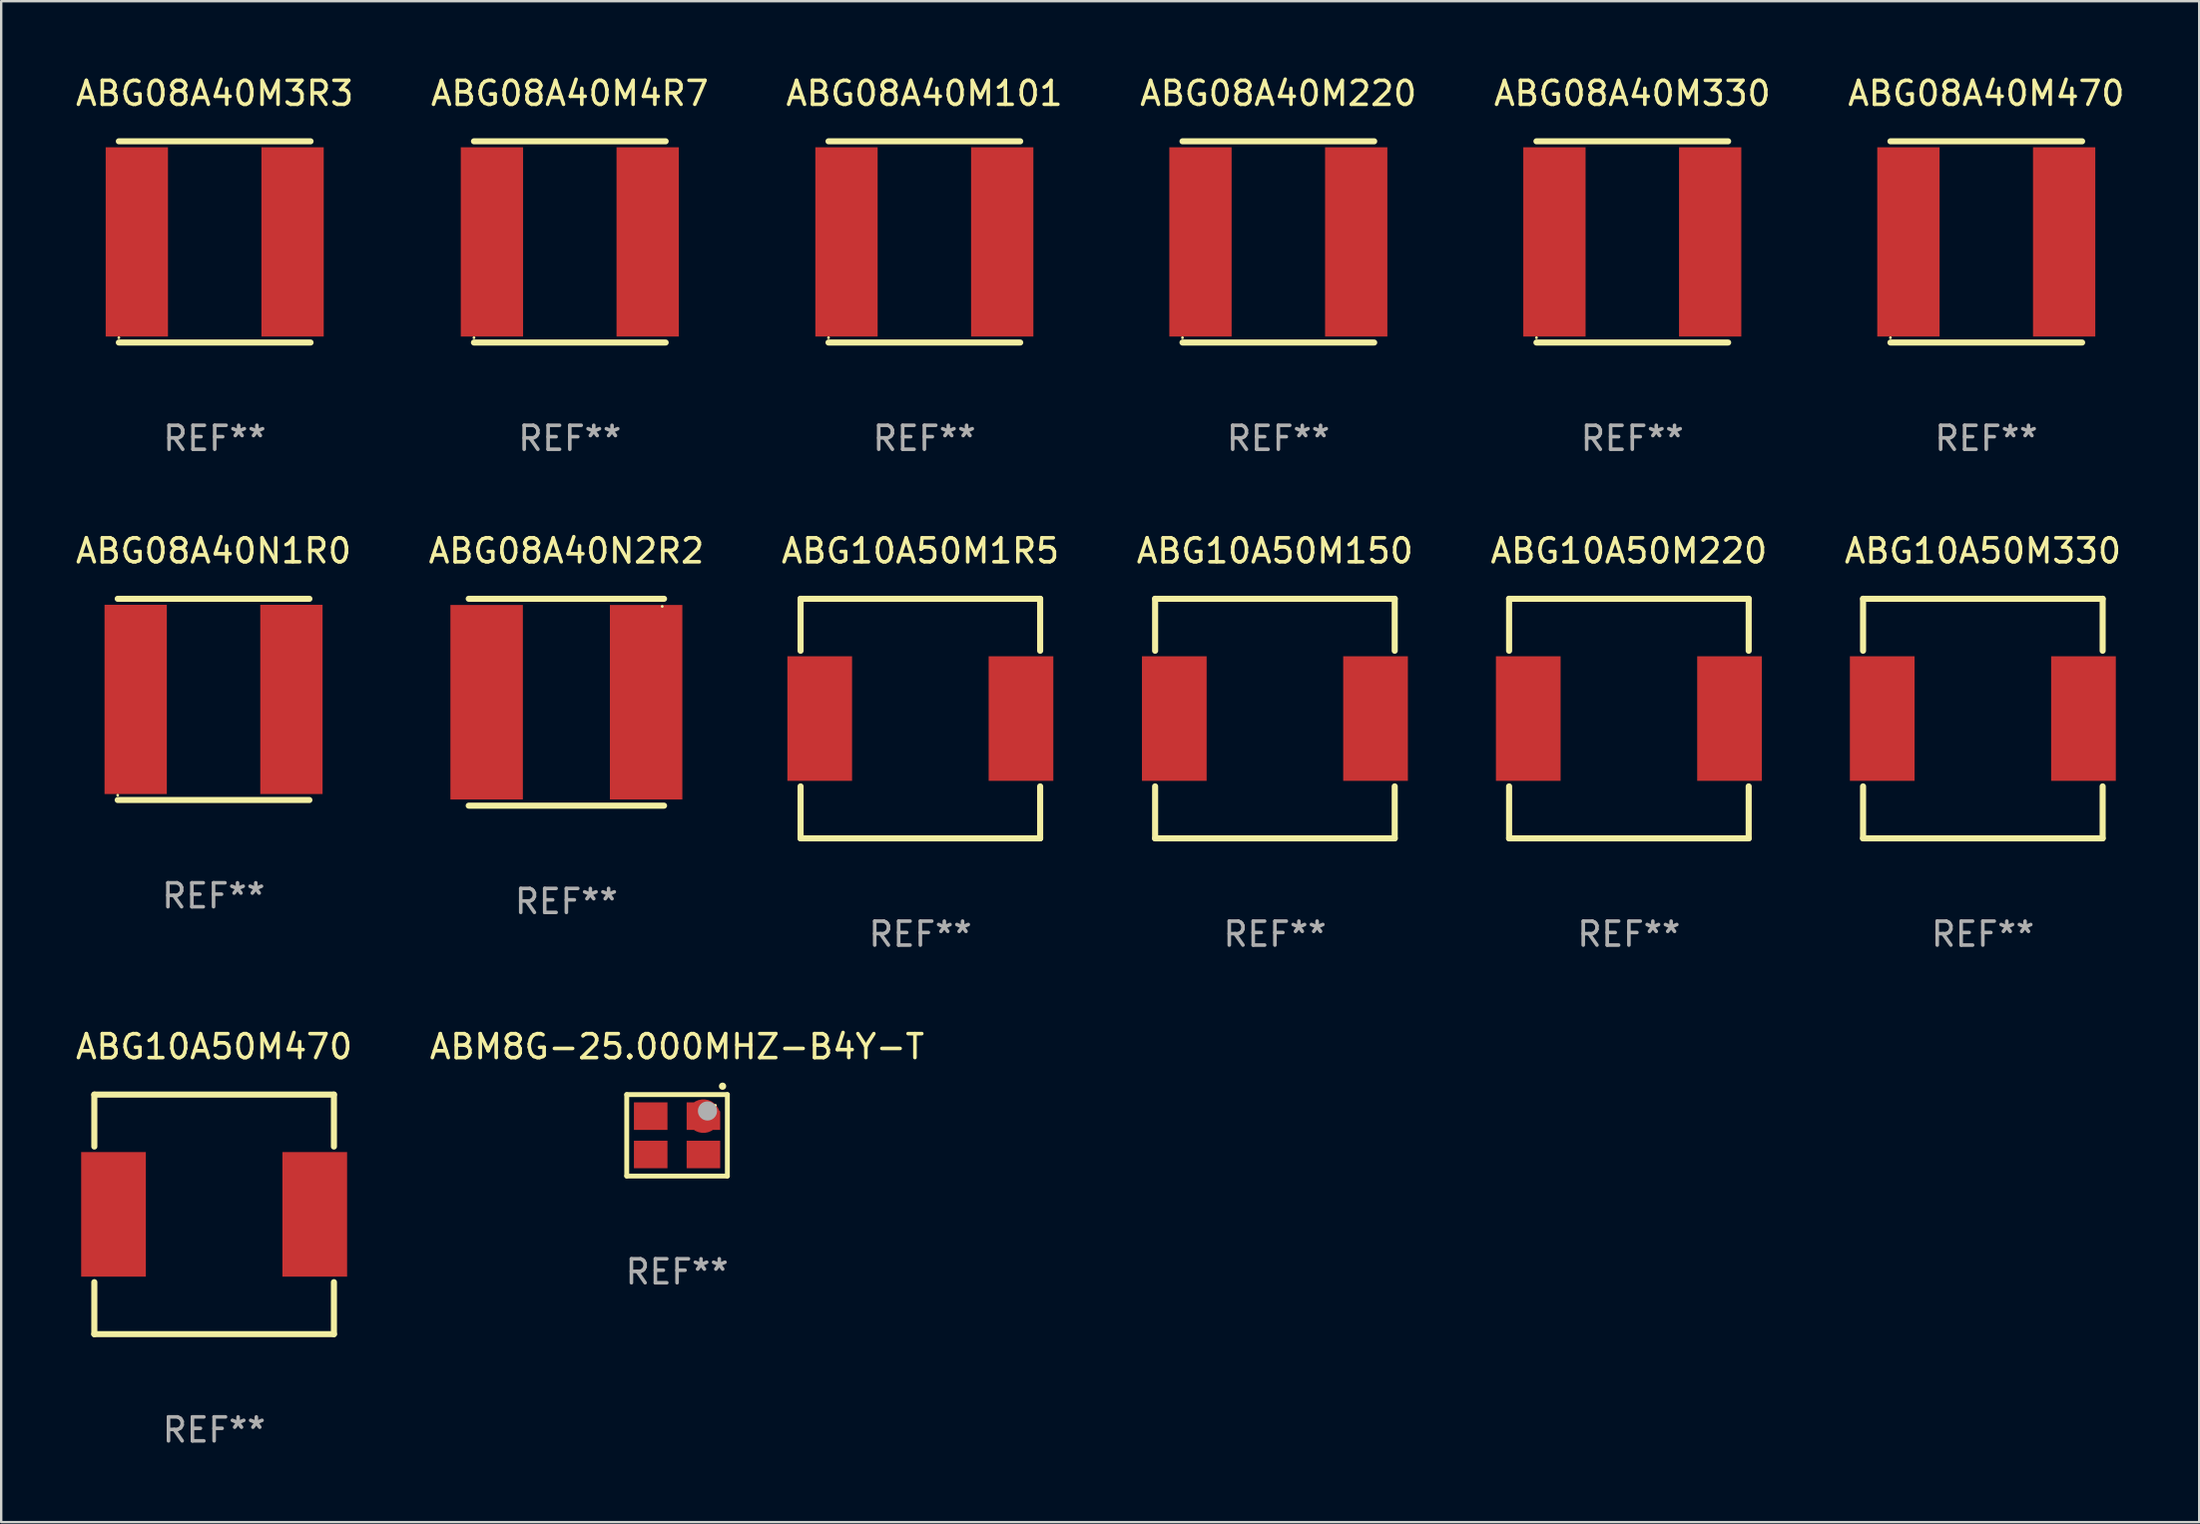
<source format=kicad_pcb>
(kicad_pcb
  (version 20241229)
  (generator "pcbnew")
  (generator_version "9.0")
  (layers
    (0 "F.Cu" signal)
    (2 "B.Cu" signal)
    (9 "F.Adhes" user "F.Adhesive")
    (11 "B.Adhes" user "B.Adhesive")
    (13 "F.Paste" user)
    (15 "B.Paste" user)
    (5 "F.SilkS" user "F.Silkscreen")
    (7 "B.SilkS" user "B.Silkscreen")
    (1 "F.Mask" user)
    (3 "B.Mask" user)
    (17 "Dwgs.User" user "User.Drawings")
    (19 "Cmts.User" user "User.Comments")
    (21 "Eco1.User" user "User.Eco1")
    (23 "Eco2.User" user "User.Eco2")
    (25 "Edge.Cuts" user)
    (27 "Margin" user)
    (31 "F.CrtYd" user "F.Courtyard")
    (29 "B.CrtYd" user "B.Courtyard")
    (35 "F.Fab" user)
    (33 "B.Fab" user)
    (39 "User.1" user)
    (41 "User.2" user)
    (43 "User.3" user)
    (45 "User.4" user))
  (footprint "ABG10A50M220"
    (layer "F.Cu")
    (at 64.935 26.945)
    (property "Reference" "ABG10A50M220" (at 0 -7 0) (layer "F.SilkS") (effects (font (size 1 1) (thickness 0.15))))
    (attr through_hole)
    (fp_line (start -5 -5) (end -5 -2.831) (stroke (width 0.254) (type solid)) (layer "F.SilkS"))
    (fp_line (start -5 -5) (end 5 -5) (stroke (width 0.254) (type solid)) (layer "F.SilkS"))
    (fp_line (start -5 2.831) (end -5 5) (stroke (width 0.254) (type solid)) (layer "F.SilkS"))
    (fp_line (start -5 5) (end 5 5) (stroke (width 0.254) (type solid)) (layer "F.SilkS"))
    (fp_line (start 5 -5) (end 5 -2.831) (stroke (width 0.254) (type solid)) (layer "F.SilkS"))
    (fp_line (start 5 2.831) (end 5 5) (stroke (width 0.254) (type solid)) (layer "F.SilkS"))
    (fp_circle (center -5 5) (end -4.97 5) (stroke (width 0.06) (type solid)) (fill no) (layer "F.SilkS"))
    (fp_text user "REF**" (at 0 9 0) (layer "F.Fab") (effects (font (size 1 1) (thickness 0.15))))
    (pad "1" smd rect (at -4.2 0) (size 2.7 5.2) (layers "F.Cu" "F.Mask" "F.Paste"))
    (pad "2" smd rect (at 4.2 0) (size 2.7 5.2) (layers "F.Cu" "F.Mask" "F.Paste")))
  (footprint "ABG08A40M3R3"
    (layer "F.Cu")
    (at 5.911 7.048)
    (property "Reference" "ABG08A40M3R3" (at 0 -6.2 0) (layer "F.SilkS") (effects (font (size 1 1) (thickness 0.15))))
    (attr through_hole)
    (fp_line (start -4 -4.2) (end 4 -4.2) (stroke (width 0.254) (type solid)) (layer "F.SilkS"))
    (fp_line (start -4 4.2) (end 4 4.2) (stroke (width 0.254) (type solid)) (layer "F.SilkS"))
    (fp_circle (center -4 4) (end -3.97 4) (stroke (width 0.06) (type solid)) (fill no) (layer "F.SilkS"))
    (fp_text user "REF**" (at 0 8.2 0) (layer "F.Fab") (effects (font (size 1 1) (thickness 0.15))))
    (pad "1" smd rect (at -3.25 0) (size 2.6 7.9) (layers "F.Cu" "F.Mask" "F.Paste"))
    (pad "2" smd rect (at 3.25 0) (size 2.6 7.9) (layers "F.Cu" "F.Mask" "F.Paste")))
  (footprint "ABG10A50M1R5"
    (layer "F.Cu")
    (at 35.363 26.945)
    (property "Reference" "ABG10A50M1R5" (at 0 -7 0) (layer "F.SilkS") (effects (font (size 1 1) (thickness 0.15))))
    (attr through_hole)
    (fp_line (start -5 -5) (end -5 -2.831) (stroke (width 0.254) (type solid)) (layer "F.SilkS"))
    (fp_line (start -5 -5) (end 5 -5) (stroke (width 0.254) (type solid)) (layer "F.SilkS"))
    (fp_line (start -5 2.831) (end -5 5) (stroke (width 0.254) (type solid)) (layer "F.SilkS"))
    (fp_line (start -5 5) (end 5 5) (stroke (width 0.254) (type solid)) (layer "F.SilkS"))
    (fp_line (start 5 -5) (end 5 -2.831) (stroke (width 0.254) (type solid)) (layer "F.SilkS"))
    (fp_line (start 5 2.831) (end 5 5) (stroke (width 0.254) (type solid)) (layer "F.SilkS"))
    (fp_circle (center -5 5) (end -4.97 5) (stroke (width 0.06) (type solid)) (fill no) (layer "F.SilkS"))
    (fp_text user "REF**" (at 0 9 0) (layer "F.Fab") (effects (font (size 1 1) (thickness 0.15))))
    (pad "1" smd rect (at -4.2 0) (size 2.7 5.2) (layers "F.Cu" "F.Mask" "F.Paste"))
    (pad "2" smd rect (at 4.2 0) (size 2.7 5.2) (layers "F.Cu" "F.Mask" "F.Paste")))
  (footprint "ABG08A40M220"
    (layer "F.Cu")
    (at 50.304 7.048)
    (property "Reference" "ABG08A40M220" (at 0 -6.2 0) (layer "F.SilkS") (effects (font (size 1 1) (thickness 0.15))))
    (attr through_hole)
    (fp_line (start -4 -4.2) (end 4 -4.2) (stroke (width 0.254) (type solid)) (layer "F.SilkS"))
    (fp_line (start -4 4.2) (end 4 4.2) (stroke (width 0.254) (type solid)) (layer "F.SilkS"))
    (fp_circle (center -4 4) (end -3.97 4) (stroke (width 0.06) (type solid)) (fill no) (layer "F.SilkS"))
    (fp_text user "REF**" (at 0 8.2 0) (layer "F.Fab") (effects (font (size 1 1) (thickness 0.15))))
    (pad "1" smd rect (at -3.25 0) (size 2.6 7.9) (layers "F.Cu" "F.Mask" "F.Paste"))
    (pad "2" smd rect (at 3.25 0) (size 2.6 7.9) (layers "F.Cu" "F.Mask" "F.Paste")))
  (footprint "ABG10A50M470"
    (layer "F.Cu")
    (at 5.887 47.641)
    (property "Reference" "ABG10A50M470" (at 0 -7 0) (layer "F.SilkS") (effects (font (size 1 1) (thickness 0.15))))
    (attr through_hole)
    (fp_line (start -5 -5) (end -5 -2.831) (stroke (width 0.254) (type solid)) (layer "F.SilkS"))
    (fp_line (start -5 -5) (end 5 -5) (stroke (width 0.254) (type solid)) (layer "F.SilkS"))
    (fp_line (start -5 2.831) (end -5 5) (stroke (width 0.254) (type solid)) (layer "F.SilkS"))
    (fp_line (start -5 5) (end 5 5) (stroke (width 0.254) (type solid)) (layer "F.SilkS"))
    (fp_line (start 5 -5) (end 5 -2.831) (stroke (width 0.254) (type solid)) (layer "F.SilkS"))
    (fp_line (start 5 2.831) (end 5 5) (stroke (width 0.254) (type solid)) (layer "F.SilkS"))
    (fp_circle (center -5 5) (end -4.97 5) (stroke (width 0.06) (type solid)) (fill no) (layer "F.SilkS"))
    (fp_text user "REF**" (at 0 9 0) (layer "F.Fab") (effects (font (size 1 1) (thickness 0.15))))
    (pad "1" smd rect (at -4.2 0) (size 2.7 5.2) (layers "F.Cu" "F.Mask" "F.Paste"))
    (pad "2" smd rect (at 4.2 0) (size 2.7 5.2) (layers "F.Cu" "F.Mask" "F.Paste")))
  (footprint "ABG08A40M4R7"
    (layer "F.Cu")
    (at 20.732 7.048)
    (property "Reference" "ABG08A40M4R7" (at 0 -6.2 0) (layer "F.SilkS") (effects (font (size 1 1) (thickness 0.15))))
    (attr through_hole)
    (fp_line (start -4 -4.2) (end 4 -4.2) (stroke (width 0.254) (type solid)) (layer "F.SilkS"))
    (fp_line (start -4 4.2) (end 4 4.2) (stroke (width 0.254) (type solid)) (layer "F.SilkS"))
    (fp_circle (center -4 4) (end -3.97 4) (stroke (width 0.06) (type solid)) (fill no) (layer "F.SilkS"))
    (fp_text user "REF**" (at 0 8.2 0) (layer "F.Fab") (effects (font (size 1 1) (thickness 0.15))))
    (pad "1" smd rect (at -3.25 0) (size 2.6 7.9) (layers "F.Cu" "F.Mask" "F.Paste"))
    (pad "2" smd rect (at 3.25 0) (size 2.6 7.9) (layers "F.Cu" "F.Mask" "F.Paste")))
  (footprint "ABG08A40N2R2"
    (layer "F.Cu")
    (at 20.589 26.263)
    (property "Reference" "ABG08A40N2R2" (at 0 -6.318 0) (layer "F.SilkS") (effects (font (size 1 1) (thickness 0.15))))
    (attr through_hole)
    (fp_line (start -4.076 -4.318) (end 4.076 -4.318) (stroke (width 0.254) (type solid)) (layer "F.SilkS"))
    (fp_line (start -4.076 4.318) (end 4.076 4.318) (stroke (width 0.254) (type solid)) (layer "F.SilkS"))
    (fp_circle (center 4 -4) (end 4.03 -4) (stroke (width 0.06) (type solid)) (fill no) (layer "F.SilkS"))
    (fp_text user "REF**" (at 0 8.318 0) (layer "F.Fab") (effects (font (size 1 1) (thickness 0.15))))
    (pad "1" smd rect (at 3.328 0) (size 3.024 8.12) (layers "F.Cu" "F.Mask" "F.Paste"))
    (pad "2" smd rect (at -3.328 0) (size 3.024 8.12) (layers "F.Cu" "F.Mask" "F.Paste")))
  (footprint "ABG08A40N1R0"
    (layer "F.Cu")
    (at 5.863 26.145)
    (property "Reference" "ABG08A40N1R0" (at 0 -6.2 0) (layer "F.SilkS") (effects (font (size 1 1) (thickness 0.15))))
    (attr through_hole)
    (fp_line (start -4 -4.2) (end 4 -4.2) (stroke (width 0.254) (type solid)) (layer "F.SilkS"))
    (fp_line (start -4 4.2) (end 4 4.2) (stroke (width 0.254) (type solid)) (layer "F.SilkS"))
    (fp_circle (center -4 4) (end -3.97 4) (stroke (width 0.06) (type solid)) (fill no) (layer "F.SilkS"))
    (fp_text user "REF**" (at 0 8.2 0) (layer "F.Fab") (effects (font (size 1 1) (thickness 0.15))))
    (pad "1" smd rect (at -3.25 0) (size 2.6 7.9) (layers "F.Cu" "F.Mask" "F.Paste"))
    (pad "2" smd rect (at 3.25 0) (size 2.6 7.9) (layers "F.Cu" "F.Mask" "F.Paste")))
  (footprint "ABG08A40M470"
    (layer "F.Cu")
    (at 79.851 7.048)
    (property "Reference" "ABG08A40M470" (at 0 -6.2 0) (layer "F.SilkS") (effects (font (size 1 1) (thickness 0.15))))
    (attr through_hole)
    (fp_line (start -4 -4.2) (end 4 -4.2) (stroke (width 0.254) (type solid)) (layer "F.SilkS"))
    (fp_line (start -4 4.2) (end 4 4.2) (stroke (width 0.254) (type solid)) (layer "F.SilkS"))
    (fp_circle (center -4 4) (end -3.97 4) (stroke (width 0.06) (type solid)) (fill no) (layer "F.SilkS"))
    (fp_text user "REF**" (at 0 8.2 0) (layer "F.Fab") (effects (font (size 1 1) (thickness 0.15))))
    (pad "1" smd rect (at -3.25 0) (size 2.6 7.9) (layers "F.Cu" "F.Mask" "F.Paste"))
    (pad "2" smd rect (at 3.25 0) (size 2.6 7.9) (layers "F.Cu" "F.Mask" "F.Paste")))
  (footprint "ABM8G-25.000MHZ-B4Y-T"
    (layer "F.Cu")
    (at 25.208 44.341)
    (property "Reference" "ABM8G-25.000MHZ-B4Y-T" (at 0 -3.7 0) (layer "F.SilkS") (effects (font (size 1 1) (thickness 0.15))))
    (attr through_hole)
    (fp_line (start -2.1 -1.7) (end -2.1 1.7) (stroke (width 0.203) (type solid)) (layer "F.SilkS"))
    (fp_line (start -2.1 1.7) (end 2.1 1.7) (stroke (width 0.203) (type solid)) (layer "F.SilkS"))
    (fp_line (start 2.1 -1.7) (end -2.1 -1.7) (stroke (width 0.203) (type solid)) (layer "F.SilkS"))
    (fp_line (start 2.1 1.7) (end 2.1 -1.7) (stroke (width 0.203) (type solid)) (layer "F.SilkS"))
    (fp_arc (start 1.897384 -2.049784) (mid 1.898654 -2.049789) (end 1.899924 -2.049784) (stroke (width 0.3) (type solid)) (layer "F.SilkS"))
    (fp_circle (center 1.6 -1.25) (end 1.63 -1.25) (stroke (width 0.06) (type solid)) (fill no) (layer "F.SilkS"))
    (fp_circle (center 1.27 -1.016) (end 1.47 -1.016) (stroke (width 0.4) (type solid)) (fill no) (layer "F.Fab"))
    (fp_text user "REF**" (at 0 5.7 0) (layer "F.Fab") (effects (font (size 1 1) (thickness 0.15))))
    (pad "1" smd custom (at 1.1 -0.8 180) (size 1.4 1.15) (layers "F.Cu" "F.Mask" "F.Paste") (options (anchor circle)) (primitives (gr_poly (pts (xy 0.7 0.575) (xy -0.338 0.575) (xy -0.7 0.196) (xy -0.7 -0.575) (xy 0.7 -0.575)) (width 0) (fill yes))))
    (pad "2" smd rect (at -1.1 -0.8 180) (size 1.4 1.15) (layers "F.Cu" "F.Mask" "F.Paste"))
    (pad "3" smd rect (at -1.1 0.8 180) (size 1.4 1.15) (layers "F.Cu" "F.Mask" "F.Paste"))
    (pad "4" smd rect (at 1.1 0.8 180) (size 1.4 1.15) (layers "F.Cu" "F.Mask" "F.Paste")))
  (footprint "ABG10A50M150"
    (layer "F.Cu")
    (at 50.161 26.945)
    (property "Reference" "ABG10A50M150" (at 0 -7 0) (layer "F.SilkS") (effects (font (size 1 1) (thickness 0.15))))
    (attr through_hole)
    (fp_line (start -5 -5) (end -5 -2.831) (stroke (width 0.254) (type solid)) (layer "F.SilkS"))
    (fp_line (start -5 -5) (end 5 -5) (stroke (width 0.254) (type solid)) (layer "F.SilkS"))
    (fp_line (start -5 2.831) (end -5 5) (stroke (width 0.254) (type solid)) (layer "F.SilkS"))
    (fp_line (start -5 5) (end 5 5) (stroke (width 0.254) (type solid)) (layer "F.SilkS"))
    (fp_line (start 5 -5) (end 5 -2.831) (stroke (width 0.254) (type solid)) (layer "F.SilkS"))
    (fp_line (start 5 2.831) (end 5 5) (stroke (width 0.254) (type solid)) (layer "F.SilkS"))
    (fp_circle (center -5 5) (end -4.97 5) (stroke (width 0.06) (type solid)) (fill no) (layer "F.SilkS"))
    (fp_text user "REF**" (at 0 9 0) (layer "F.Fab") (effects (font (size 1 1) (thickness 0.15))))
    (pad "1" smd rect (at -4.2 0) (size 2.7 5.2) (layers "F.Cu" "F.Mask" "F.Paste"))
    (pad "2" smd rect (at 4.2 0) (size 2.7 5.2) (layers "F.Cu" "F.Mask" "F.Paste")))
  (footprint "ABG10A50M330"
    (layer "F.Cu")
    (at 79.708 26.945)
    (property "Reference" "ABG10A50M330" (at 0 -7 0) (layer "F.SilkS") (effects (font (size 1 1) (thickness 0.15))))
    (attr through_hole)
    (fp_line (start -5 -5) (end -5 -2.831) (stroke (width 0.254) (type solid)) (layer "F.SilkS"))
    (fp_line (start -5 -5) (end 5 -5) (stroke (width 0.254) (type solid)) (layer "F.SilkS"))
    (fp_line (start -5 2.831) (end -5 5) (stroke (width 0.254) (type solid)) (layer "F.SilkS"))
    (fp_line (start -5 5) (end 5 5) (stroke (width 0.254) (type solid)) (layer "F.SilkS"))
    (fp_line (start 5 -5) (end 5 -2.831) (stroke (width 0.254) (type solid)) (layer "F.SilkS"))
    (fp_line (start 5 2.831) (end 5 5) (stroke (width 0.254) (type solid)) (layer "F.SilkS"))
    (fp_circle (center -5 5) (end -4.97 5) (stroke (width 0.06) (type solid)) (fill no) (layer "F.SilkS"))
    (fp_text user "REF**" (at 0 9 0) (layer "F.Fab") (effects (font (size 1 1) (thickness 0.15))))
    (pad "1" smd rect (at -4.2 0) (size 2.7 5.2) (layers "F.Cu" "F.Mask" "F.Paste"))
    (pad "2" smd rect (at 4.2 0) (size 2.7 5.2) (layers "F.Cu" "F.Mask" "F.Paste")))
  (footprint "ABG08A40M330"
    (layer "F.Cu")
    (at 65.077 7.048)
    (property "Reference" "ABG08A40M330" (at 0 -6.2 0) (layer "F.SilkS") (effects (font (size 1 1) (thickness 0.15))))
    (attr through_hole)
    (fp_line (start -4 -4.2) (end 4 -4.2) (stroke (width 0.254) (type solid)) (layer "F.SilkS"))
    (fp_line (start -4 4.2) (end 4 4.2) (stroke (width 0.254) (type solid)) (layer "F.SilkS"))
    (fp_circle (center -4 4) (end -3.97 4) (stroke (width 0.06) (type solid)) (fill no) (layer "F.SilkS"))
    (fp_text user "REF**" (at 0 8.2 0) (layer "F.Fab") (effects (font (size 1 1) (thickness 0.15))))
    (pad "1" smd rect (at -3.25 0) (size 2.6 7.9) (layers "F.Cu" "F.Mask" "F.Paste"))
    (pad "2" smd rect (at 3.25 0) (size 2.6 7.9) (layers "F.Cu" "F.Mask" "F.Paste")))
  (footprint "ABG08A40M101"
    (layer "F.Cu")
    (at 35.53 7.048)
    (property "Reference" "ABG08A40M101" (at 0 -6.2 0) (layer "F.SilkS") (effects (font (size 1 1) (thickness 0.15))))
    (attr through_hole)
    (fp_line (start -4 -4.2) (end 4 -4.2) (stroke (width 0.254) (type solid)) (layer "F.SilkS"))
    (fp_line (start -4 4.2) (end 4 4.2) (stroke (width 0.254) (type solid)) (layer "F.SilkS"))
    (fp_circle (center -4 4) (end -3.97 4) (stroke (width 0.06) (type solid)) (fill no) (layer "F.SilkS"))
    (fp_text user "REF**" (at 0 8.2 0) (layer "F.Fab") (effects (font (size 1 1) (thickness 0.15))))
    (pad "1" smd rect (at -3.25 0) (size 2.6 7.9) (layers "F.Cu" "F.Mask" "F.Paste"))
    (pad "2" smd rect (at 3.25 0) (size 2.6 7.9) (layers "F.Cu" "F.Mask" "F.Paste")))
  (gr_rect
    (start -3 -3)
    (end 88.738 60.489)
    (stroke (width 0.1) (type default))
    (fill no)
    (layer "Edge.Cuts")))
</source>
